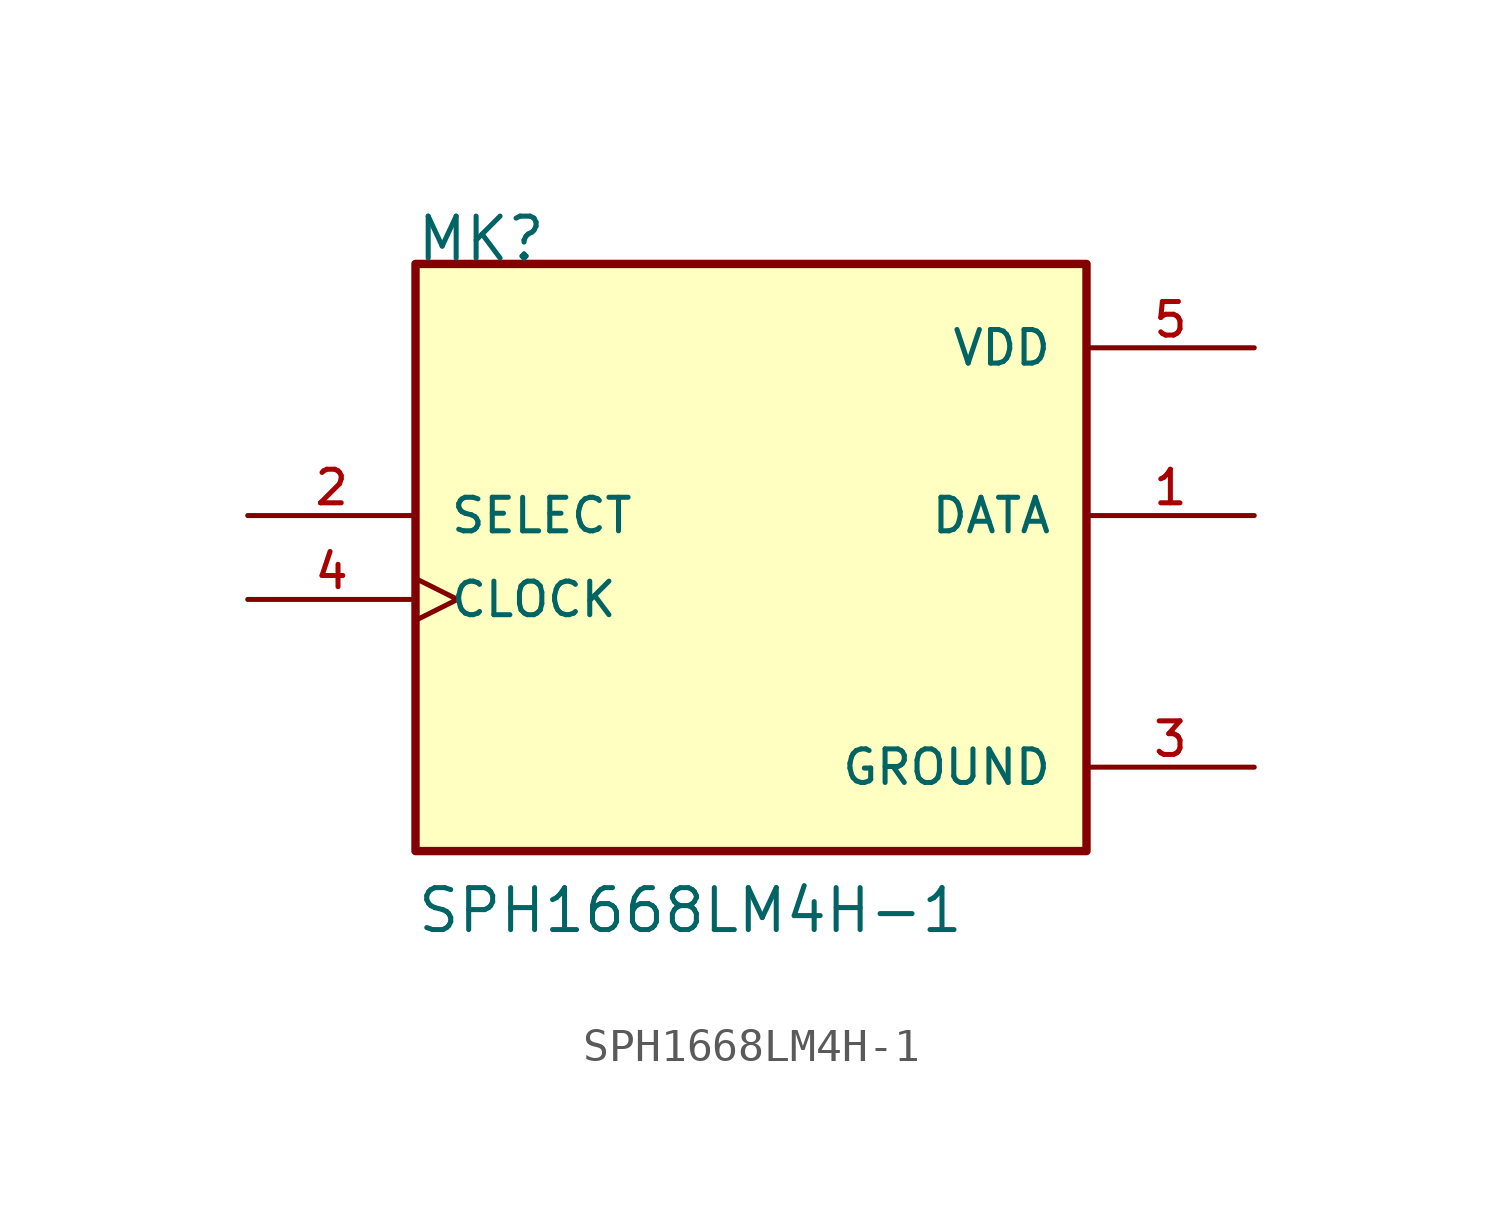
<source format=kicad_sym>
(kicad_symbol_lib
  (version 20211014)
  (generator kicad_symbol_editor)
  (symbol "SPH1668LM4H-1"
    (pin_names
      (offset 1.016))
    (property "Reference" "MK"
      (at -10.178 7.634 0)
      (effects (font (size 1.27 1.27)) (justify bottom left)))
    (property "Value" "SPH1668LM4H-1"
      (at -10.161 -12.701 0)
      (effects (font (size 1.27 1.27)) (justify bottom left)))
    (symbol "SPH1668LM4H-1_0_0"
      (rectangle (start -10.16 -10.16) (end 10.16 7.62) (stroke (width 0.254)) (fill (type background)))
      (pin output line (at 15.24 0.0 180.0) (length 5.08) (name "DATA" (effects (font (size 1.016 1.016)))) (number "1" (effects (font (size 1.016 1.016)))))
      (pin input line (at -15.24 0.0 0) (length 5.08) (name "SELECT" (effects (font (size 1.016 1.016)))) (number "2" (effects (font (size 1.016 1.016)))))
      (pin power_in line (at 15.24 -7.62 180.0) (length 5.08) (name "GROUND" (effects (font (size 1.016 1.016)))) (number "3" (effects (font (size 1.016 1.016)))))
      (pin input clock (at -15.24 -2.54 0) (length 5.08) (name "CLOCK" (effects (font (size 1.016 1.016)))) (number "4" (effects (font (size 1.016 1.016)))))
      (pin power_in line (at 15.24 5.08 180.0) (length 5.08) (name "VDD" (effects (font (size 1.016 1.016)))) (number "5" (effects (font (size 1.016 1.016))))))))
</source>
